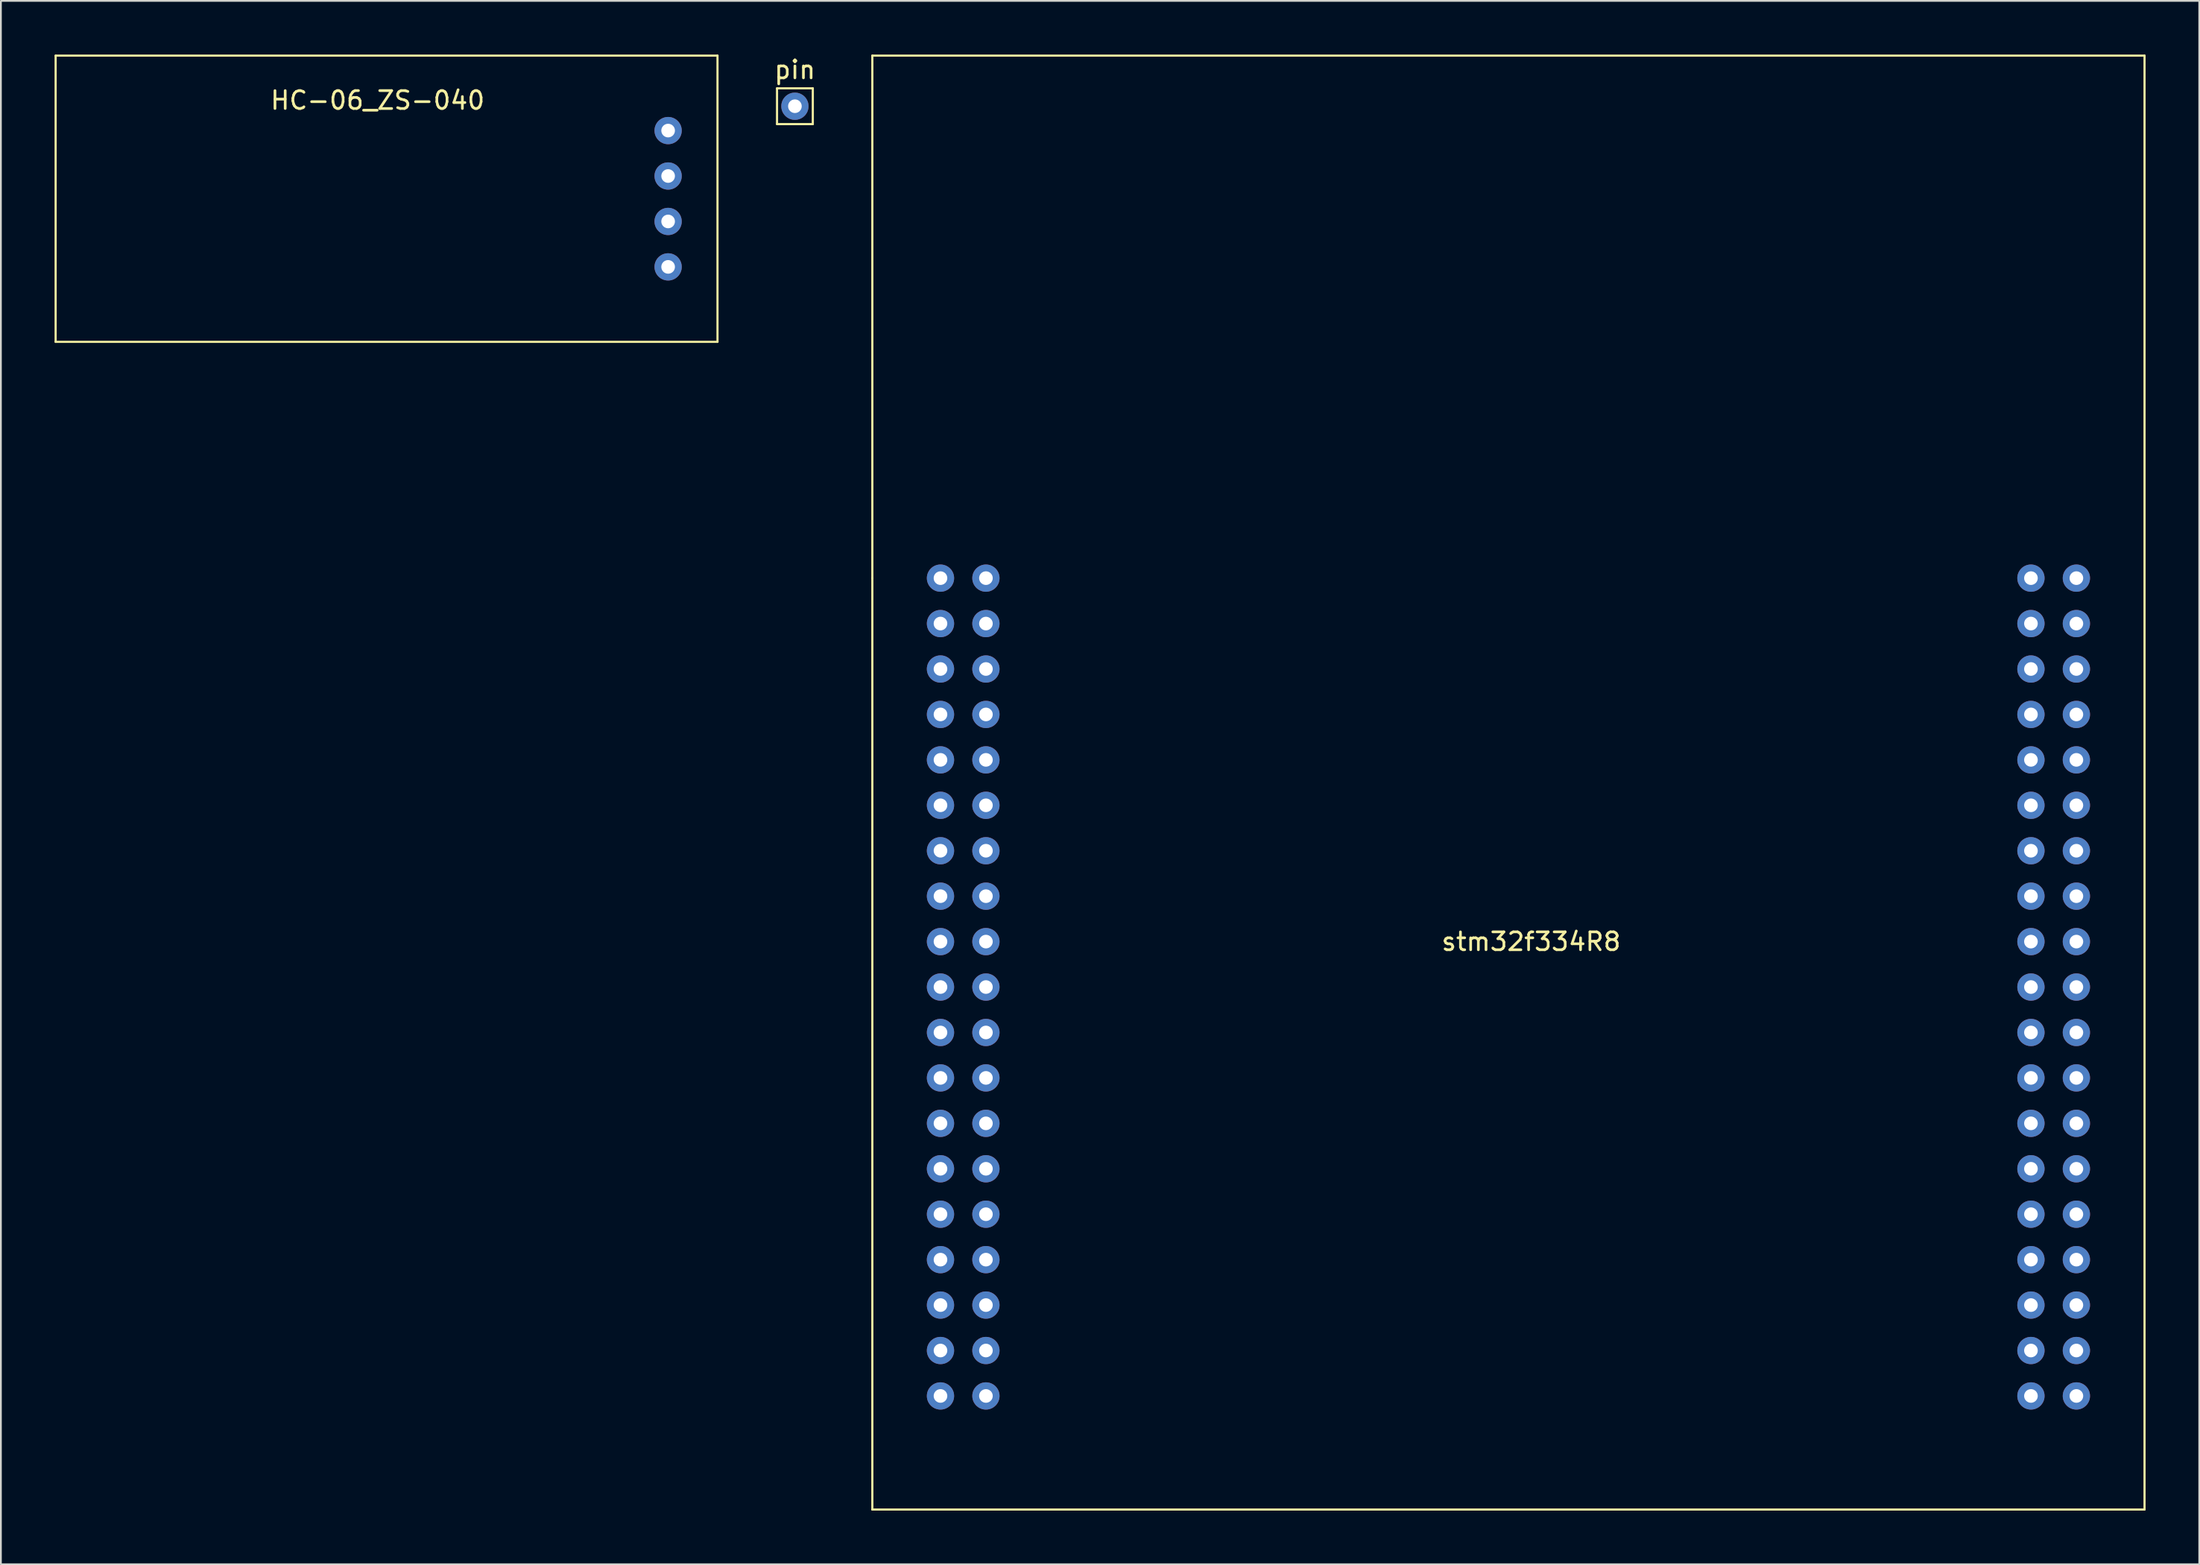
<source format=kicad_pcb>
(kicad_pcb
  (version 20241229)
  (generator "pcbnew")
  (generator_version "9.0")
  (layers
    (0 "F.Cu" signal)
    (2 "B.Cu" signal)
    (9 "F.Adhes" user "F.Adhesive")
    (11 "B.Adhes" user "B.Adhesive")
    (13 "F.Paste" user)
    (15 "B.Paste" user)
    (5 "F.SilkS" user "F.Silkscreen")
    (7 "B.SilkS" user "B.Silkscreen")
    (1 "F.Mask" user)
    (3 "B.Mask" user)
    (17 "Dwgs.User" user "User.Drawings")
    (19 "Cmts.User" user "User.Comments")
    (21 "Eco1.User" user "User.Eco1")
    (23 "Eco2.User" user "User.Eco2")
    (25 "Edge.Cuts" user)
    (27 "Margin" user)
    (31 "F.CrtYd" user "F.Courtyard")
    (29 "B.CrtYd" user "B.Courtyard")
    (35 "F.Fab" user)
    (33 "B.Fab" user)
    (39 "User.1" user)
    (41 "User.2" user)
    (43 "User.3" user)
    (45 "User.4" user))
  (footprint "stm32f334R8"
    (layer "F.Cu")
    (at 80.006 49.59)
    (property "Reference" "stm32f334R8" (at 2.54 0 0) (layer "F.SilkS") (effects (font (size 1 1) (thickness 0.15))))
    (attr through_hole)
    (fp_line (start -34.29 -49.53) (end -34.29 -20.32) (stroke (width 0.12) (type solid)) (layer "F.SilkS"))
    (fp_line (start -34.29 -20.32) (end -34.29 31.75) (stroke (width 0.12) (type solid)) (layer "F.SilkS"))
    (fp_line (start -34.29 31.75) (end 36.83 31.75) (stroke (width 0.12) (type solid)) (layer "F.SilkS"))
    (fp_line (start 36.83 -49.53) (end -34.29 -49.53) (stroke (width 0.12) (type solid)) (layer "F.SilkS"))
    (fp_line (start 36.83 31.75) (end 36.83 -49.53) (stroke (width 0.12) (type solid)) (layer "F.SilkS"))
    (pad "2" thru_hole circle (at -30.48 7.62) (size 1.524 1.524) (drill 0.762) (layers "*.Cu" "*.Mask"))
    (pad "3" thru_hole circle (at -30.48 10.16) (size 1.524 1.524) (drill 0.762) (layers "*.Cu" "*.Mask"))
    (pad "3V3" thru_hole circle (at -27.94 -2.54) (size 1.524 1.524) (drill 0.762) (layers "*.Cu" "*.Mask"))
    (pad "4" thru_hole circle (at -30.48 12.7) (size 1.524 1.524) (drill 0.762) (layers "*.Cu" "*.Mask"))
    (pad "5" thru_hole circle (at -30.48 15.24) (size 1.524 1.524) (drill 0.762) (layers "*.Cu" "*.Mask"))
    (pad "5V" thru_hole circle (at -27.94 0) (size 1.524 1.524) (drill 0.762) (layers "*.Cu" "*.Mask"))
    (pad "6" thru_hole circle (at -30.48 17.78) (size 1.524 1.524) (drill 0.762) (layers "*.Cu" "*.Mask"))
    (pad "8" thru_hole circle (at -27.94 25.4) (size 1.524 1.524) (drill 0.762) (layers "*.Cu" "*.Mask"))
    (pad "9" thru_hole circle (at -27.94 22.86) (size 1.524 1.524) (drill 0.762) (layers "*.Cu" "*.Mask"))
    (pad "10" thru_hole circle (at -30.48 22.86) (size 1.524 1.524) (drill 0.762) (layers "*.Cu" "*.Mask"))
    (pad "11" thru_hole circle (at -30.48 25.4) (size 1.524 1.524) (drill 0.762) (layers "*.Cu" "*.Mask"))
    (pad "14" thru_hole circle (at -27.94 12.7) (size 1.524 1.524) (drill 0.762) (layers "*.Cu" "*.Mask"))
    (pad "15" thru_hole circle (at -27.94 15.24) (size 1.524 1.524) (drill 0.762) (layers "*.Cu" "*.Mask"))
    (pad "16" thru_hole circle (at 30.48 22.86) (size 1.524 1.524) (drill 0.762) (layers "*.Cu" "*.Mask"))
    (pad "17" thru_hole circle (at 30.48 25.4) (size 1.524 1.524) (drill 0.762) (layers "*.Cu" "*.Mask"))
    (pad "20" thru_hole circle (at -27.94 17.78) (size 1.524 1.524) (drill 0.762) (layers "*.Cu" "*.Mask"))
    (pad "21" thru_hole circle (at 30.48 -7.62) (size 1.524 1.524) (drill 0.762) (layers "*.Cu" "*.Mask"))
    (pad "22" thru_hole circle (at 30.48 -5.08) (size 1.524 1.524) (drill 0.762) (layers "*.Cu" "*.Mask"))
    (pad "23" thru_hole circle (at 30.48 -2.54) (size 1.524 1.524) (drill 0.762) (layers "*.Cu" "*.Mask"))
    (pad "24" thru_hole circle (at 33.02 20.32) (size 1.524 1.524) (drill 0.762) (layers "*.Cu" "*.Mask"))
    (pad "25" thru_hole circle (at 33.02 -15.24) (size 1.524 1.524) (drill 0.762) (layers "*.Cu" "*.Mask"))
    (pad "26" thru_hole circle (at -27.94 20.32) (size 1.524 1.524) (drill 0.762) (layers "*.Cu" "*.Mask"))
    (pad "27" thru_hole circle (at 33.02 7.62) (size 1.524 1.524) (drill 0.762) (layers "*.Cu" "*.Mask"))
    (pad "28" thru_hole circle (at 33.02 5.08) (size 1.524 1.524) (drill 0.762) (layers "*.Cu" "*.Mask"))
    (pad "29" thru_hole circle (at 30.48 10.16) (size 1.524 1.524) (drill 0.762) (layers "*.Cu" "*.Mask"))
    (pad "30" thru_hole circle (at 33.02 0) (size 1.524 1.524) (drill 0.762) (layers "*.Cu" "*.Mask"))
    (pad "33" thru_hole circle (at 33.02 -2.54) (size 1.524 1.524) (drill 0.762) (layers "*.Cu" "*.Mask"))
    (pad "34" thru_hole circle (at 33.02 15.24) (size 1.524 1.524) (drill 0.762) (layers "*.Cu" "*.Mask"))
    (pad "35" thru_hole circle (at 33.02 12.7) (size 1.524 1.524) (drill 0.762) (layers "*.Cu" "*.Mask"))
    (pad "36" thru_hole circle (at 33.02 10.16) (size 1.524 1.524) (drill 0.762) (layers "*.Cu" "*.Mask"))
    (pad "37" thru_hole circle (at 33.02 -17.78) (size 1.524 1.524) (drill 0.762) (layers "*.Cu" "*.Mask"))
    (pad "38" thru_hole circle (at 30.48 2.54) (size 1.524 1.524) (drill 0.762) (layers "*.Cu" "*.Mask"))
    (pad "39" thru_hole circle (at 33.02 -20.32) (size 1.524 1.524) (drill 0.762) (layers "*.Cu" "*.Mask"))
    (pad "40" thru_hole circle (at 30.48 -20.32) (size 1.524 1.524) (drill 0.762) (layers "*.Cu" "*.Mask"))
    (pad "41" thru_hole circle (at 30.48 7.62) (size 1.524 1.524) (drill 0.762) (layers "*.Cu" "*.Mask"))
    (pad "42" thru_hole circle (at 30.48 5.08) (size 1.524 1.524) (drill 0.762) (layers "*.Cu" "*.Mask"))
    (pad "43" thru_hole circle (at 30.48 20.32) (size 1.524 1.524) (drill 0.762) (layers "*.Cu" "*.Mask"))
    (pad "44" thru_hole circle (at 33.02 -5.08) (size 1.524 1.524) (drill 0.762) (layers "*.Cu" "*.Mask"))
    (pad "45" thru_hole circle (at 33.02 -7.62) (size 1.524 1.524) (drill 0.762) (layers "*.Cu" "*.Mask"))
    (pad "46" thru_hole circle (at -30.48 -5.08) (size 1.524 1.524) (drill 0.762) (layers "*.Cu" "*.Mask"))
    (pad "49" thru_hole circle (at -30.48 -2.54) (size 1.524 1.524) (drill 0.762) (layers "*.Cu" "*.Mask"))
    (pad "50" thru_hole circle (at -30.48 0) (size 1.524 1.524) (drill 0.762) (layers "*.Cu" "*.Mask"))
    (pad "51" thru_hole circle (at -30.48 -20.32) (size 1.524 1.524) (drill 0.762) (layers "*.Cu" "*.Mask"))
    (pad "52" thru_hole circle (at -27.94 -20.32) (size 1.524 1.524) (drill 0.762) (layers "*.Cu" "*.Mask"))
    (pad "53" thru_hole circle (at -30.48 -17.78) (size 1.524 1.524) (drill 0.762) (layers "*.Cu" "*.Mask"))
    (pad "54" thru_hole circle (at -27.94 -17.78) (size 1.524 1.524) (drill 0.762) (layers "*.Cu" "*.Mask"))
    (pad "55" thru_hole circle (at 30.48 17.78) (size 1.524 1.524) (drill 0.762) (layers "*.Cu" "*.Mask"))
    (pad "56" thru_hole circle (at 30.48 12.7) (size 1.524 1.524) (drill 0.762) (layers "*.Cu" "*.Mask"))
    (pad "57" thru_hole circle (at 30.48 15.24) (size 1.524 1.524) (drill 0.762) (layers "*.Cu" "*.Mask"))
    (pad "58" thru_hole circle (at 30.48 0) (size 1.524 1.524) (drill 0.762) (layers "*.Cu" "*.Mask"))
    (pad "59" thru_hole circle (at -30.48 5.08) (size 1.524 1.524) (drill 0.762) (layers "*.Cu" "*.Mask"))
    (pad "60" thru_hole circle (at -30.48 -12.7) (size 1.524 1.524) (drill 0.762) (layers "*.Cu" "*.Mask"))
    (pad "61" thru_hole circle (at 30.48 -17.78) (size 1.524 1.524) (drill 0.762) (layers "*.Cu" "*.Mask"))
    (pad "62" thru_hole circle (at 30.48 -15.24) (size 1.524 1.524) (drill 0.762) (layers "*.Cu" "*.Mask"))
    (pad "AGND" thru_hole circle (at 33.02 17.78) (size 1.524 1.524) (drill 0.762) (layers "*.Cu" "*.Mask"))
    (pad "AVDD" thru_hole circle (at 30.48 -12.7) (size 1.524 1.524) (drill 0.762) (layers "*.Cu" "*.Mask"))
    (pad "E5V" thru_hole circle (at -27.94 -15.24) (size 1.524 1.524) (drill 0.762) (layers "*.Cu" "*.Mask"))
    (pad "GND" thru_hole circle (at -30.48 2.54) (size 1.524 1.524) (drill 0.762) (layers "*.Cu" "*.Mask"))
    (pad "GND" thru_hole circle (at -27.94 -12.7) (size 1.524 1.524) (drill 0.762) (layers "*.Cu" "*.Mask"))
    (pad "GND" thru_hole circle (at -27.94 2.54) (size 1.524 1.524) (drill 0.762) (layers "*.Cu" "*.Mask"))
    (pad "GND" thru_hole circle (at -27.94 5.08) (size 1.524 1.524) (drill 0.762) (layers "*.Cu" "*.Mask"))
    (pad "GND" thru_hole circle (at 30.48 -10.16) (size 1.524 1.524) (drill 0.762) (layers "*.Cu" "*.Mask"))
    (pad "GND" thru_hole circle (at 33.02 2.54) (size 1.524 1.524) (drill 0.762) (layers "*.Cu" "*.Mask"))
    (pad "IOREF" thru_hole circle (at -27.94 -7.62) (size 1.524 1.524) (drill 0.762) (layers "*.Cu" "*.Mask"))
    (pad "NC" thru_hole circle (at -30.48 -10.16) (size 1.524 1.524) (drill 0.762) (layers "*.Cu" "*.Mask"))
    (pad "NC" thru_hole circle (at -30.48 -7.62) (size 1.524 1.524) (drill 0.762) (layers "*.Cu" "*.Mask"))
    (pad "NC" thru_hole circle (at -27.94 -10.16) (size 1.524 1.524) (drill 0.762) (layers "*.Cu" "*.Mask"))
    (pad "NC" thru_hole circle (at -27.94 10.16) (size 1.524 1.524) (drill 0.762) (layers "*.Cu" "*.Mask"))
    (pad "NC" thru_hole circle (at 33.02 -10.16) (size 1.524 1.524) (drill 0.762) (layers "*.Cu" "*.Mask"))
    (pad "NC" thru_hole circle (at 33.02 22.86) (size 1.524 1.524) (drill 0.762) (layers "*.Cu" "*.Mask"))
    (pad "NC" thru_hole circle (at 33.02 25.4) (size 1.524 1.524) (drill 0.762) (layers "*.Cu" "*.Mask"))
    (pad "RESET" thru_hole circle (at -27.94 -5.08) (size 1.524 1.524) (drill 0.762) (layers "*.Cu" "*.Mask"))
    (pad "U5V" thru_hole circle (at 33.02 -12.7) (size 1.524 1.524) (drill 0.762) (layers "*.Cu" "*.Mask"))
    (pad "VBAT" thru_hole circle (at -30.48 20.32) (size 1.524 1.524) (drill 0.762) (layers "*.Cu" "*.Mask"))
    (pad "VDD" thru_hole circle (at -30.48 -15.24) (size 1.524 1.524) (drill 0.762) (layers "*.Cu" "*.Mask"))
    (pad "VIN" thru_hole circle (at -27.94 7.62) (size 1.524 1.524) (drill 0.762) (layers "*.Cu" "*.Mask")))
  (footprint "pin"
    (layer "F.Cu")
    (at 41.388 2.888)
    (property "Reference" "pin" (at 0 -2.04 0) (layer "F.SilkS") (effects (font (size 1 1) (thickness 0.15))))
    (attr through_hole)
    (fp_line (start -1 -1) (end -1 1) (stroke (width 0.12) (type solid)) (layer "F.SilkS"))
    (fp_line (start -1 1) (end 1 1) (stroke (width 0.12) (type solid)) (layer "F.SilkS"))
    (fp_line (start 1 -1) (end -1 -1) (stroke (width 0.12) (type solid)) (layer "F.SilkS"))
    (fp_line (start 1 1) (end 1 -1) (stroke (width 0.12) (type solid)) (layer "F.SilkS"))
    (pad "1" thru_hole circle (at 0 0) (size 1.524 1.524) (drill 0.762) (layers "*.Cu" "*.Mask")))
  (footprint "HC-06_ZS-040"
    (layer "F.Cu")
    (at 19.06 8.06)
    (property "Reference" "HC-06_ZS-040" (at -1 -5.5 0) (layer "F.SilkS") (effects (font (size 1 1) (thickness 0.15))))
    (attr through_hole)
    (fp_line (start -19 -8) (end 18 -8) (stroke (width 0.12) (type solid)) (layer "F.SilkS"))
    (fp_line (start -19 8) (end -19 -8) (stroke (width 0.12) (type solid)) (layer "F.SilkS"))
    (fp_line (start 18 -8) (end 18 8) (stroke (width 0.12) (type solid)) (layer "F.SilkS"))
    (fp_line (start 18 8) (end -19 8) (stroke (width 0.12) (type solid)) (layer "F.SilkS"))
    (pad "1" thru_hole circle (at 15.24 -3.81 270) (size 1.524 1.524) (drill 0.762) (layers "*.Cu" "*.Mask"))
    (pad "2" thru_hole circle (at 15.24 -1.27 270) (size 1.524 1.524) (drill 0.762) (layers "*.Cu" "*.Mask"))
    (pad "3" thru_hole circle (at 15.24 1.27 270) (size 1.524 1.524) (drill 0.762) (layers "*.Cu" "*.Mask"))
    (pad "4" thru_hole circle (at 15.24 3.81 270) (size 1.524 1.524) (drill 0.762) (layers "*.Cu" "*.Mask")))
  (gr_rect
    (start -3 -3)
    (end 119.896 84.4)
    (stroke (width 0.1) (type default))
    (fill no)
    (layer "Edge.Cuts")))
</source>
